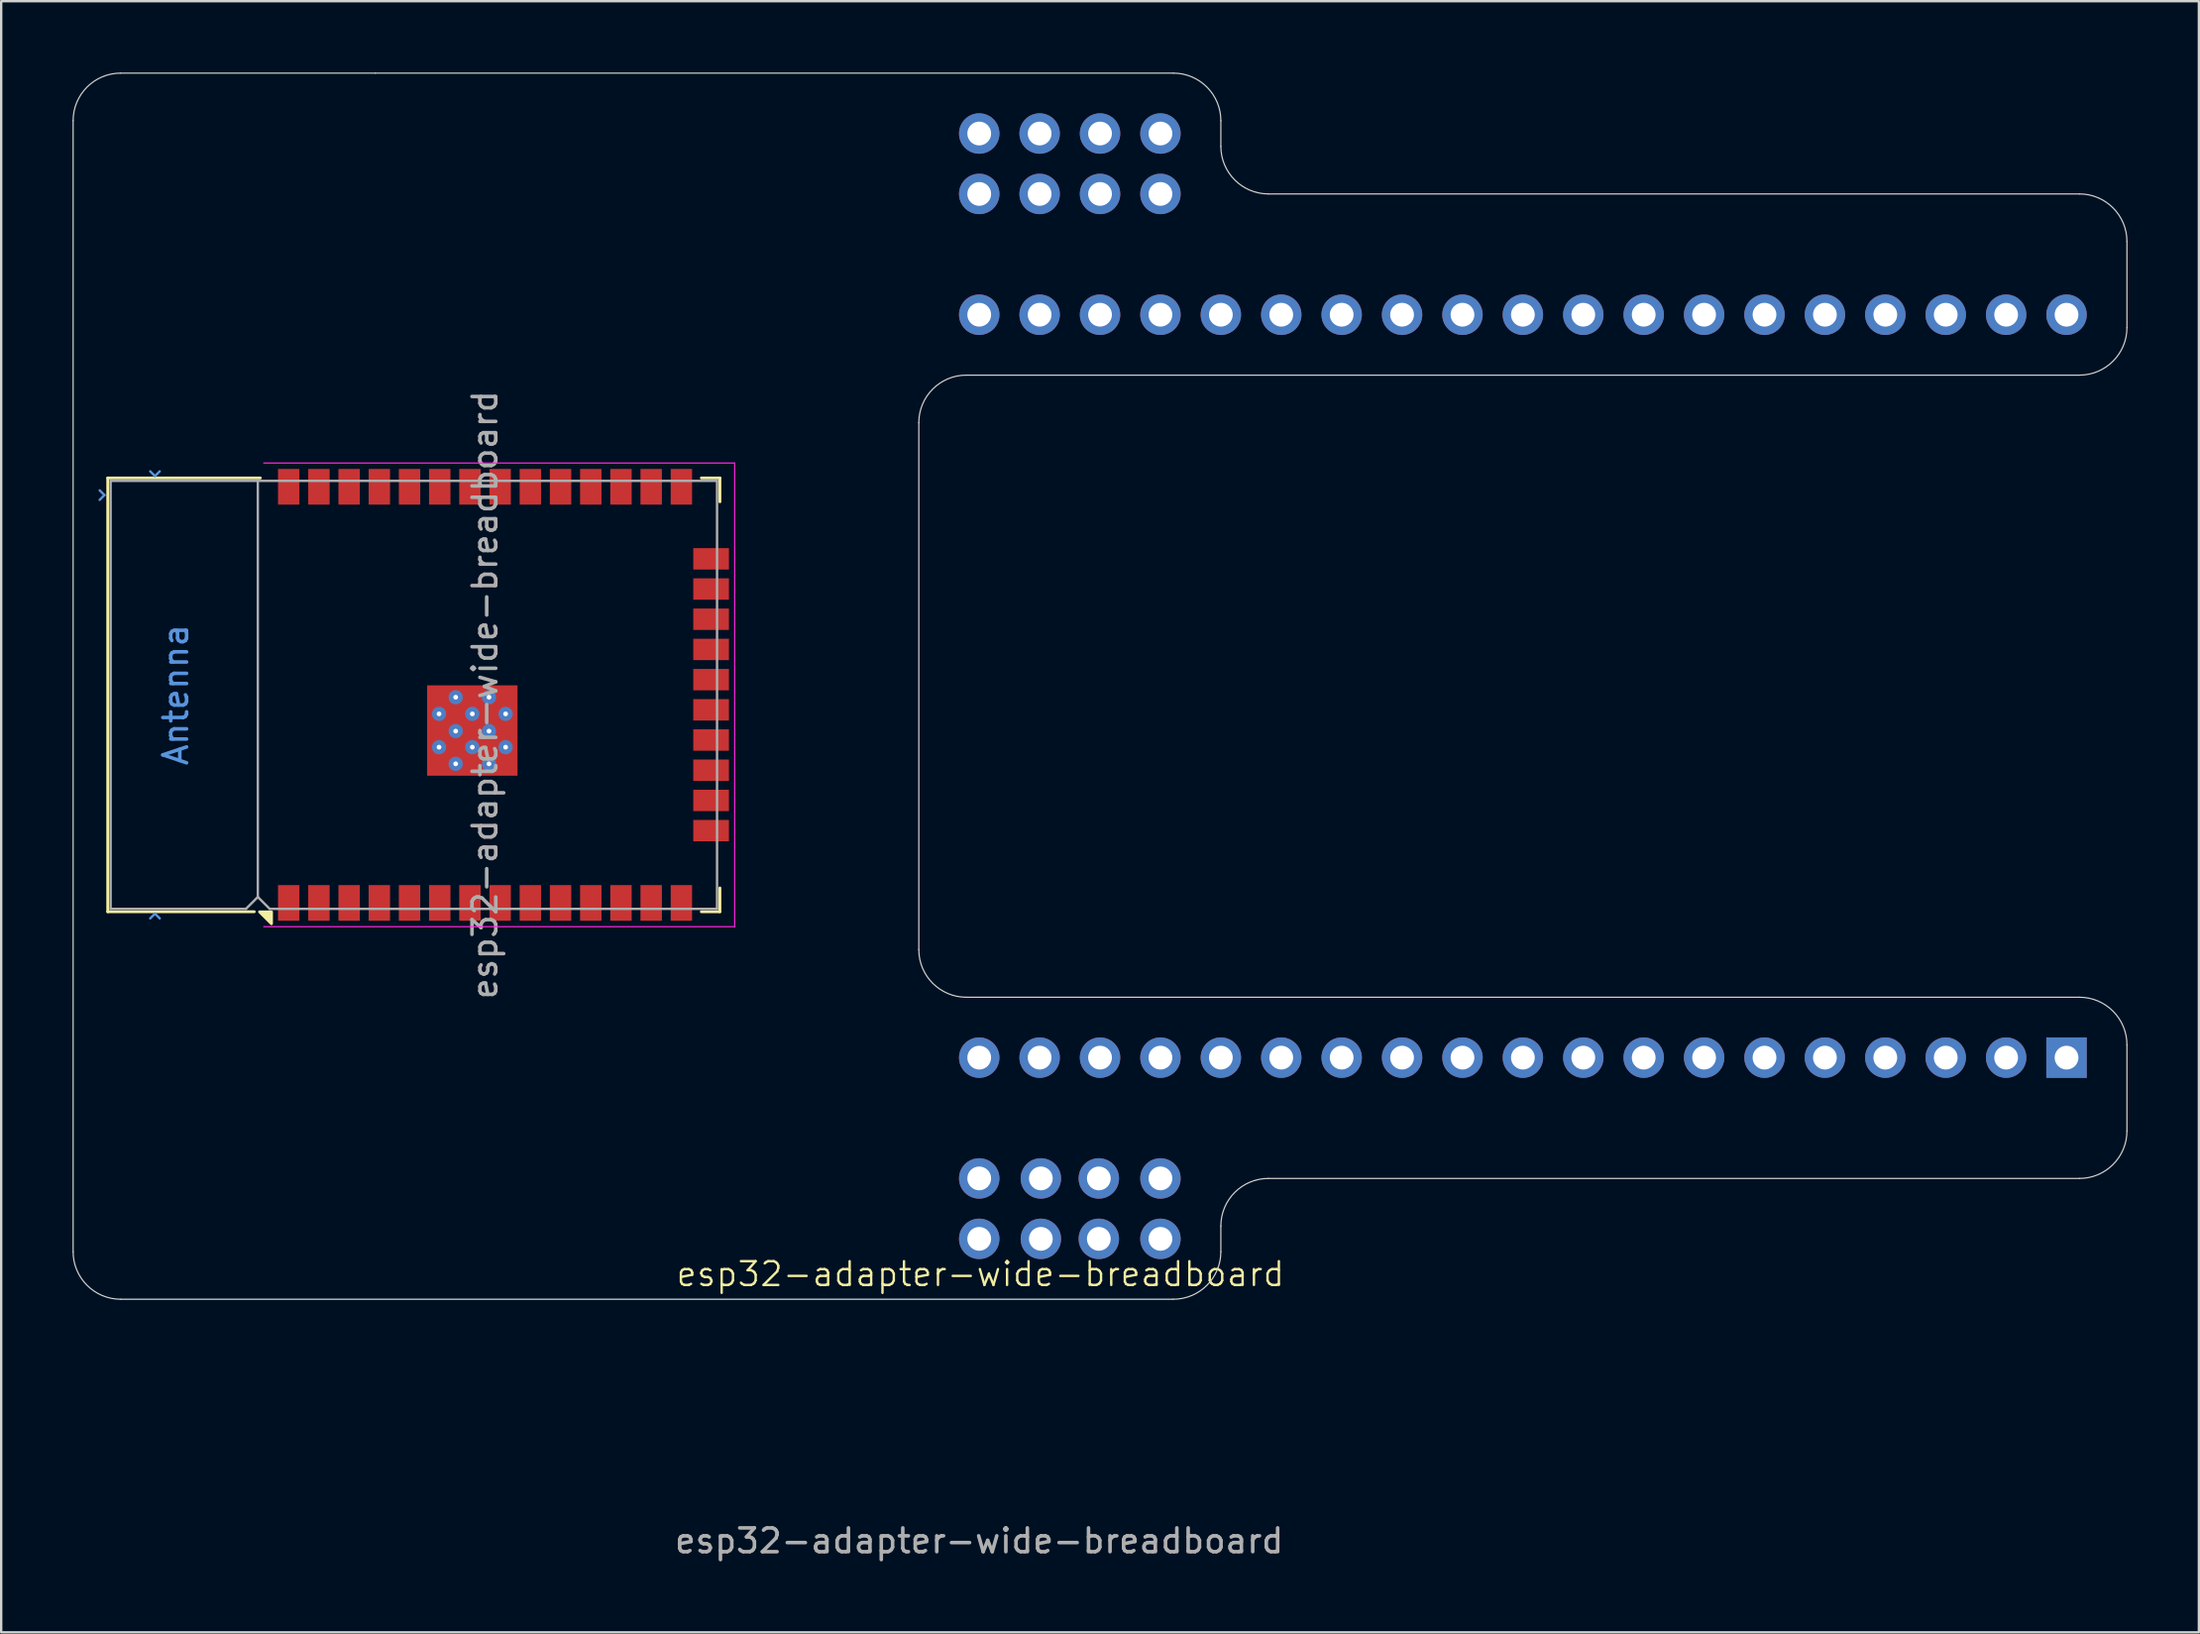
<source format=kicad_pcb>
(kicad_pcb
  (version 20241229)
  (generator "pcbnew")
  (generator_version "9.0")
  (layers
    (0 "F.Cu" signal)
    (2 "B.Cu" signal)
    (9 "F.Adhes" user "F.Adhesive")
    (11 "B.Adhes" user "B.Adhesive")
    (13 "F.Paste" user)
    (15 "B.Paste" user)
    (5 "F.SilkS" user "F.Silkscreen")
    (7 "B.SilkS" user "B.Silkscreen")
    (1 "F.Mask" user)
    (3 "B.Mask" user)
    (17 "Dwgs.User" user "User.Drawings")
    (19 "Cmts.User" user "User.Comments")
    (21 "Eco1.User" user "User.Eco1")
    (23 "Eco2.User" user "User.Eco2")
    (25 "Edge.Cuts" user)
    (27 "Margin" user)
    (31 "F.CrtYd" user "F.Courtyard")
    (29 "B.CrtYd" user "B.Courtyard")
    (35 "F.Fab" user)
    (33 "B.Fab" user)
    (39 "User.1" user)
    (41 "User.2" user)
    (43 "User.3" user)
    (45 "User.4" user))
  (footprint "esp32-adapter-wide-breadboard"
    (layer "F.Cu")
    (at 53.365 46.506)
    (property "Reference" "esp32-adapter-wide-breadboard" (at -15.189 4.021 0) (unlocked yes) (layer "F.SilkS") (effects (font (size 1 1) (thickness 0.1))))
    (attr through_hole)
    (fp_line (start -51.884 -29.456) (end -45.469 -29.456) (stroke (width 0.12) (type solid)) (layer "F.SilkS"))
    (fp_line (start -51.884 -11.216) (end -51.884 -29.456) (stroke (width 0.12) (type solid)) (layer "F.SilkS"))
    (fp_line (start -51.884 -11.216) (end -45.724 -11.216) (stroke (width 0.12) (type solid)) (layer "F.SilkS"))
    (fp_line (start -26.924 -29.456) (end -26.144 -29.456) (stroke (width 0.12) (type solid)) (layer "F.SilkS"))
    (fp_line (start -26.924 -11.216) (end -26.144 -11.216) (stroke (width 0.12) (type solid)) (layer "F.SilkS"))
    (fp_line (start -26.144 -29.456) (end -26.144 -28.456) (stroke (width 0.12) (type solid)) (layer "F.SilkS"))
    (fp_line (start -26.144 -11.216) (end -26.144 -12.216) (stroke (width 0.12) (type solid)) (layer "F.SilkS"))
    (fp_poly (pts (xy -44.999 -11.211) (xy -44.999 -10.711) (xy -45.499 -11.211) (xy -44.999 -11.211)) (stroke (width 0.12) (type solid)) (fill yes) (layer "F.SilkS"))
    (fp_line (start -52.024 -28.736) (end -52.224 -28.936) (stroke (width 0.1) (type solid)) (layer "Cmts.User"))
    (fp_line (start -52.024 -28.736) (end -52.224 -28.536) (stroke (width 0.1) (type solid)) (layer "Cmts.User"))
    (fp_line (start -49.899 -29.536) (end -50.099 -29.736) (stroke (width 0.1) (type solid)) (layer "Cmts.User"))
    (fp_line (start -49.899 -29.536) (end -49.699 -29.736) (stroke (width 0.1) (type solid)) (layer "Cmts.User"))
    (fp_line (start -49.899 -11.136) (end -50.099 -10.936) (stroke (width 0.1) (type solid)) (layer "Cmts.User"))
    (fp_line (start -49.899 -11.136) (end -49.699 -10.936) (stroke (width 0.1) (type solid)) (layer "Cmts.User"))
    (fp_line (start -53.34 -44.481) (end -53.34 3.08) (stroke (width 0.05) (type default)) (layer "Edge.Cuts"))
    (fp_line (start -40.64 -46.481) (end -51.34 -46.481) (stroke (width 0.05) (type default)) (layer "Edge.Cuts"))
    (fp_line (start -17.78 -9.62) (end -17.78 -31.781) (stroke (width 0.05) (type default)) (layer "Edge.Cuts"))
    (fp_line (start -15.78 -33.781) (end 31.02 -33.781) (stroke (width 0.05) (type default)) (layer "Edge.Cuts"))
    (fp_line (start -15.78 -7.62) (end 31.02 -7.62) (stroke (width 0.05) (type default)) (layer "Edge.Cuts"))
    (fp_line (start -7.08 -46.481) (end -40.64 -46.481) (stroke (width 0.05) (type default)) (layer "Edge.Cuts"))
    (fp_line (start -7.08 5.08) (end -51.34 5.08) (stroke (width 0.05) (type default)) (layer "Edge.Cuts"))
    (fp_line (start -5.08 -43.401) (end -5.08 -44.481) (stroke (width 0.05) (type default)) (layer "Edge.Cuts"))
    (fp_line (start -5.08 2) (end -5.08 3.08) (stroke (width 0.05) (type default)) (layer "Edge.Cuts"))
    (fp_line (start 31.02 -41.401) (end -3.08 -41.401) (stroke (width 0.05) (type default)) (layer "Edge.Cuts"))
    (fp_line (start 31.02 0) (end -3.08 0) (stroke (width 0.05) (type default)) (layer "Edge.Cuts"))
    (fp_line (start 33.02 -35.781) (end 33.02 -39.401) (stroke (width 0.05) (type default)) (layer "Edge.Cuts"))
    (fp_line (start 33.02 -5.62) (end 33.02 -2) (stroke (width 0.05) (type default)) (layer "Edge.Cuts"))
    (fp_arc (start -53.34 -44.481) (mid -52.754214 -45.895214) (end -51.34 -46.481) (stroke (width 0.05) (type default)) (layer "Edge.Cuts"))
    (fp_arc (start -51.34 5.08) (mid -52.754214 4.494214) (end -53.34 3.08) (stroke (width 0.05) (type default)) (layer "Edge.Cuts"))
    (fp_arc (start -17.78 -31.781) (mid -17.194214 -33.195214) (end -15.78 -33.781) (stroke (width 0.05) (type default)) (layer "Edge.Cuts"))
    (fp_arc (start -15.78 -7.62) (mid -17.194214 -8.205786) (end -17.78 -9.62) (stroke (width 0.05) (type default)) (layer "Edge.Cuts"))
    (fp_arc (start -7.08 -46.481) (mid -5.665786 -45.895214) (end -5.08 -44.481) (stroke (width 0.05) (type default)) (layer "Edge.Cuts"))
    (fp_arc (start -5.08 2) (mid -4.494214 0.585786) (end -3.08 0) (stroke (width 0.05) (type default)) (layer "Edge.Cuts"))
    (fp_arc (start -5.08 3.08) (mid -5.665786 4.494214) (end -7.08 5.08) (stroke (width 0.05) (type default)) (layer "Edge.Cuts"))
    (fp_arc (start -3.08 -41.401) (mid -4.494214 -41.986786) (end -5.08 -43.401) (stroke (width 0.05) (type default)) (layer "Edge.Cuts"))
    (fp_arc (start 31.02 -41.401) (mid 32.434214 -40.815214) (end 33.02 -39.401) (stroke (width 0.05) (type default)) (layer "Edge.Cuts"))
    (fp_arc (start 31.02 -7.62) (mid 32.434214 -7.034214) (end 33.02 -5.62) (stroke (width 0.05) (type default)) (layer "Edge.Cuts"))
    (fp_arc (start 33.02 -35.781) (mid 32.434214 -34.366786) (end 31.02 -33.781) (stroke (width 0.05) (type default)) (layer "Edge.Cuts"))
    (fp_arc (start 33.02 -2) (mid 32.434214 -0.585786) (end 31.02 0) (stroke (width 0.05) (type default)) (layer "Edge.Cuts"))
    (fp_line (start -45.324 -30.086) (end -25.524 -30.086) (stroke (width 0.05) (type solid)) (layer "F.CrtYd"))
    (fp_line (start -25.524 -10.586) (end -45.324 -10.586) (stroke (width 0.05) (type solid)) (layer "F.CrtYd"))
    (fp_line (start -25.524 -10.586) (end -25.524 -30.086) (stroke (width 0.05) (type solid)) (layer "F.CrtYd"))
    (fp_line (start -51.764 -11.336) (end -51.764 -29.336) (stroke (width 0.1) (type solid)) (layer "F.Fab"))
    (fp_line (start -51.764 -11.336) (end -46.074 -11.336) (stroke (width 0.1) (type solid)) (layer "F.Fab"))
    (fp_line (start -45.574 -11.836) (end -46.074 -11.336) (stroke (width 0.1) (type solid)) (layer "F.Fab"))
    (fp_line (start -45.574 -11.836) (end -45.574 -29.336) (stroke (width 0.1) (type solid)) (layer "F.Fab"))
    (fp_line (start -45.074 -11.336) (end -45.574 -11.836) (stroke (width 0.1) (type solid)) (layer "F.Fab"))
    (fp_line (start -45.074 -11.336) (end -26.264 -11.336) (stroke (width 0.1) (type solid)) (layer "F.Fab"))
    (fp_line (start -26.264 -29.336) (end -51.764 -29.336) (stroke (width 0.1) (type solid)) (layer "F.Fab"))
    (fp_line (start -26.264 -11.336) (end -26.264 -29.336) (stroke (width 0.1) (type solid)) (layer "F.Fab"))
    (fp_text user "Antenna" (at -49.024 -20.336 90) (layer "Cmts.User") (effects (font (size 1 1) (thickness 0.15))))
    (fp_text user "${REFERENCE}" (at -15.24 15.24 0) (unlocked yes) (layer "F.Fab") (effects (font (size 1 1) (thickness 0.15))))
    (fp_text user "${REFERENCE}" (at -36.024 -20.336 90) (layer "F.Fab") (effects (font (size 1 1) (thickness 0.15))))
    (pad "1" smd rect (at -44.274 -11.586 90) (size 1.5 0.9) (layers "F.Cu" "F.Mask" "F.Paste"))
    (pad "1" thru_hole rect (at 30.48 -5.08 270) (size 1.7 1.7) (drill 1) (layers "*.Cu" "*.Mask"))
    (pad "2" smd rect (at -43.004 -11.586 90) (size 1.5 0.9) (layers "F.Cu" "F.Mask" "F.Paste"))
    (pad "2" thru_hole oval (at 27.94 -5.08) (size 1.7 1.7) (drill 1) (layers "*.Cu" "*.Mask"))
    (pad "3" smd rect (at -41.734 -11.586 90) (size 1.5 0.9) (layers "F.Cu" "F.Mask" "F.Paste"))
    (pad "3" thru_hole oval (at 25.4 -5.08) (size 1.7 1.7) (drill 1) (layers "*.Cu" "*.Mask"))
    (pad "4" smd rect (at -40.464 -11.586 90) (size 1.5 0.9) (layers "F.Cu" "F.Mask" "F.Paste"))
    (pad "4" thru_hole oval (at 22.86 -5.08) (size 1.7 1.7) (drill 1) (layers "*.Cu" "*.Mask"))
    (pad "5" smd rect (at -39.194 -11.586 90) (size 1.5 0.9) (layers "F.Cu" "F.Mask" "F.Paste"))
    (pad "5" thru_hole oval (at 20.32 -5.08) (size 1.7 1.7) (drill 1) (layers "*.Cu" "*.Mask"))
    (pad "6" smd rect (at -37.924 -11.586 90) (size 1.5 0.9) (layers "F.Cu" "F.Mask" "F.Paste"))
    (pad "6" thru_hole oval (at 17.78 -5.08) (size 1.7 1.7) (drill 1) (layers "*.Cu" "*.Mask"))
    (pad "7" smd rect (at -36.654 -11.586 90) (size 1.5 0.9) (layers "F.Cu" "F.Mask" "F.Paste"))
    (pad "7" thru_hole oval (at 15.24 -5.08) (size 1.7 1.7) (drill 1) (layers "*.Cu" "*.Mask"))
    (pad "8" smd rect (at -35.384 -11.586 90) (size 1.5 0.9) (layers "F.Cu" "F.Mask" "F.Paste"))
    (pad "8" thru_hole oval (at 12.7 -5.08) (size 1.7 1.7) (drill 1) (layers "*.Cu" "*.Mask"))
    (pad "9" smd rect (at -34.114 -11.586 90) (size 1.5 0.9) (layers "F.Cu" "F.Mask" "F.Paste"))
    (pad "9" thru_hole oval (at 10.16 -5.08) (size 1.7 1.7) (drill 1) (layers "*.Cu" "*.Mask"))
    (pad "10" smd rect (at -32.844 -11.586 90) (size 1.5 0.9) (layers "F.Cu" "F.Mask" "F.Paste"))
    (pad "10" thru_hole oval (at 7.62 -5.08) (size 1.7 1.7) (drill 1) (layers "*.Cu" "*.Mask"))
    (pad "11" smd rect (at -31.574 -11.586 90) (size 1.5 0.9) (layers "F.Cu" "F.Mask" "F.Paste"))
    (pad "11" thru_hole oval (at 5.08 -5.08) (size 1.7 1.7) (drill 1) (layers "*.Cu" "*.Mask"))
    (pad "12" smd rect (at -30.304 -11.586 90) (size 1.5 0.9) (layers "F.Cu" "F.Mask" "F.Paste"))
    (pad "12" thru_hole oval (at 2.54 -5.08) (size 1.7 1.7) (drill 1) (layers "*.Cu" "*.Mask"))
    (pad "13" smd rect (at -29.034 -11.586 90) (size 1.5 0.9) (layers "F.Cu" "F.Mask" "F.Paste"))
    (pad "13" thru_hole oval (at 0 -5.08) (size 1.7 1.7) (drill 1) (layers "*.Cu" "*.Mask"))
    (pad "14" smd rect (at -27.764 -11.586 90) (size 1.5 0.9) (layers "F.Cu" "F.Mask" "F.Paste"))
    (pad "14" thru_hole oval (at -2.54 -5.08) (size 1.7 1.7) (drill 1) (layers "*.Cu" "*.Mask"))
    (pad "15" smd rect (at -26.514 -14.626 180) (size 1.5 0.9) (layers "F.Cu" "F.Mask" "F.Paste"))
    (pad "15" thru_hole oval (at -15.24 -5.08) (size 1.7 1.7) (drill 1) (layers "*.Cu" "*.Mask"))
    (pad "16" smd rect (at -26.514 -15.896 180) (size 1.5 0.9) (layers "F.Cu" "F.Mask" "F.Paste"))
    (pad "16" thru_hole oval (at -12.7 -5.08) (size 1.7 1.7) (drill 1) (layers "*.Cu" "*.Mask"))
    (pad "17" smd rect (at -26.514 -17.166 180) (size 1.5 0.9) (layers "F.Cu" "F.Mask" "F.Paste"))
    (pad "17" thru_hole oval (at -10.16 -5.08) (size 1.7 1.7) (drill 1) (layers "*.Cu" "*.Mask"))
    (pad "18" smd rect (at -26.514 -18.436 180) (size 1.5 0.9) (layers "F.Cu" "F.Mask" "F.Paste"))
    (pad "18" thru_hole oval (at -7.62 -5.08) (size 1.7 1.7) (drill 1) (layers "*.Cu" "*.Mask"))
    (pad "19" smd rect (at -26.514 -19.706 180) (size 1.5 0.9) (layers "F.Cu" "F.Mask" "F.Paste"))
    (pad "19" thru_hole oval (at -5.08 -5.08) (size 1.7 1.7) (drill 1) (layers "*.Cu" "*.Mask"))
    (pad "20" smd rect (at -26.514 -20.976 180) (size 1.5 0.9) (layers "F.Cu" "F.Mask" "F.Paste"))
    (pad "20" thru_hole oval (at -5.08 -36.321) (size 1.7 1.7) (drill 1) (layers "*.Cu" "*.Mask"))
    (pad "21" smd rect (at -26.514 -22.246 180) (size 1.5 0.9) (layers "F.Cu" "F.Mask" "F.Paste"))
    (pad "21" thru_hole oval (at -7.62 -36.321) (size 1.7 1.7) (drill 1) (layers "*.Cu" "*.Mask"))
    (pad "22" smd rect (at -26.514 -23.516 180) (size 1.5 0.9) (layers "F.Cu" "F.Mask" "F.Paste"))
    (pad "22" thru_hole oval (at -10.16 -36.321) (size 1.7 1.7) (drill 1) (layers "*.Cu" "*.Mask"))
    (pad "23" smd rect (at -26.514 -24.786 180) (size 1.5 0.9) (layers "F.Cu" "F.Mask" "F.Paste"))
    (pad "23" thru_hole oval (at -12.7 -36.321) (size 1.7 1.7) (drill 1) (layers "*.Cu" "*.Mask"))
    (pad "24" smd rect (at -26.514 -26.056 180) (size 1.5 0.9) (layers "F.Cu" "F.Mask" "F.Paste"))
    (pad "24" thru_hole oval (at -15.24 -36.321) (size 1.7 1.7) (drill 1) (layers "*.Cu" "*.Mask"))
    (pad "25" smd rect (at -27.764 -29.086 90) (size 1.5 0.9) (layers "F.Cu" "F.Mask" "F.Paste"))
    (pad "25" thru_hole oval (at -2.54 -36.321) (size 1.7 1.7) (drill 1) (layers "*.Cu" "*.Mask"))
    (pad "26" smd rect (at -29.034 -29.086 90) (size 1.5 0.9) (layers "F.Cu" "F.Mask" "F.Paste"))
    (pad "26" thru_hole oval (at 0 -36.321) (size 1.7 1.7) (drill 1) (layers "*.Cu" "*.Mask"))
    (pad "27" smd rect (at -30.304 -29.086 90) (size 1.5 0.9) (layers "F.Cu" "F.Mask" "F.Paste"))
    (pad "27" thru_hole oval (at 2.54 -36.321) (size 1.7 1.7) (drill 1) (layers "*.Cu" "*.Mask"))
    (pad "28" smd rect (at -31.574 -29.086 90) (size 1.5 0.9) (layers "F.Cu" "F.Mask" "F.Paste"))
    (pad "28" thru_hole oval (at 5.08 -36.321) (size 1.7 1.7) (drill 1) (layers "*.Cu" "*.Mask"))
    (pad "29" smd rect (at -32.844 -29.086 90) (size 1.5 0.9) (layers "F.Cu" "F.Mask" "F.Paste"))
    (pad "29" thru_hole oval (at 7.62 -36.321) (size 1.7 1.7) (drill 1) (layers "*.Cu" "*.Mask"))
    (pad "30" smd rect (at -34.114 -29.086 90) (size 1.5 0.9) (layers "F.Cu" "F.Mask" "F.Paste"))
    (pad "30" thru_hole oval (at 10.16 -36.321) (size 1.7 1.7) (drill 1) (layers "*.Cu" "*.Mask"))
    (pad "31" smd rect (at -35.384 -29.086 90) (size 1.5 0.9) (layers "F.Cu" "F.Mask" "F.Paste"))
    (pad "31" thru_hole oval (at 12.7 -36.321) (size 1.7 1.7) (drill 1) (layers "*.Cu" "*.Mask"))
    (pad "32" smd rect (at -36.654 -29.086 90) (size 1.5 0.9) (layers "F.Cu" "F.Mask" "F.Paste"))
    (pad "32" thru_hole oval (at 15.24 -36.321) (size 1.7 1.7) (drill 1) (layers "*.Cu" "*.Mask"))
    (pad "33" smd rect (at -37.924 -29.086 90) (size 1.5 0.9) (layers "F.Cu" "F.Mask" "F.Paste"))
    (pad "33" thru_hole oval (at 17.78 -36.321) (size 1.7 1.7) (drill 1) (layers "*.Cu" "*.Mask"))
    (pad "34" smd rect (at -39.194 -29.086 90) (size 1.5 0.9) (layers "F.Cu" "F.Mask" "F.Paste"))
    (pad "34" thru_hole oval (at 20.32 -36.321) (size 1.7 1.7) (drill 1) (layers "*.Cu" "*.Mask"))
    (pad "35" smd rect (at -40.464 -29.086 90) (size 1.5 0.9) (layers "F.Cu" "F.Mask" "F.Paste"))
    (pad "35" thru_hole oval (at 22.86 -36.321) (size 1.7 1.7) (drill 1) (layers "*.Cu" "*.Mask"))
    (pad "36" smd rect (at -41.734 -29.086 90) (size 1.5 0.9) (layers "F.Cu" "F.Mask" "F.Paste"))
    (pad "36" thru_hole oval (at 25.4 -36.321) (size 1.7 1.7) (drill 1) (layers "*.Cu" "*.Mask"))
    (pad "37" smd rect (at -43.004 -29.086 90) (size 1.5 0.9) (layers "F.Cu" "F.Mask" "F.Paste"))
    (pad "37" thru_hole oval (at 27.94 -36.321) (size 1.7 1.7) (drill 1) (layers "*.Cu" "*.Mask"))
    (pad "38" smd rect (at -44.274 -29.086 90) (size 1.5 0.9) (layers "F.Cu" "F.Mask" "F.Paste"))
    (pad "38" thru_hole oval (at 30.48 -36.321) (size 1.7 1.7) (drill 1) (layers "*.Cu" "*.Mask"))
    (pad "39" smd rect (at -37.954 -20.236 90) (size 0.9 0.9) (layers "F.Cu" "F.Paste"))
    (pad "39" thru_hole circle (at -37.954 -19.536 90) (size 0.6 0.6) (drill 0.2) (property pad_prop_heatsink) (layers "*.Cu" "F.Mask"))
    (pad "39" smd rect (at -37.954 -18.836 90) (size 0.9 0.9) (layers "F.Cu" "F.Paste"))
    (pad "39" thru_hole circle (at -37.954 -18.136 90) (size 0.6 0.6) (drill 0.2) (property pad_prop_heatsink) (layers "*.Cu" "F.Mask"))
    (pad "39" smd rect (at -37.954 -17.436 90) (size 0.9 0.9) (layers "F.Cu" "F.Paste"))
    (pad "39" thru_hole circle (at -37.254 -20.236 90) (size 0.6 0.6) (drill 0.2) (property pad_prop_heatsink) (layers "*.Cu" "F.Mask"))
    (pad "39" thru_hole circle (at -37.254 -18.811 90) (size 0.6 0.6) (drill 0.2) (property pad_prop_heatsink) (layers "*.Cu" "F.Mask"))
    (pad "39" thru_hole circle (at -37.254 -17.436 90) (size 0.6 0.6) (drill 0.2) (property pad_prop_heatsink) (layers "*.Cu" "F.Mask"))
    (pad "39" smd rect (at -36.554 -20.236 90) (size 0.9 0.9) (layers "F.Cu" "F.Paste"))
    (pad "39" thru_hole circle (at -36.554 -19.536 90) (size 0.6 0.6) (drill 0.2) (property pad_prop_heatsink) (layers "*.Cu" "F.Mask"))
    (pad "39" smd rect (at -36.554 -18.836 90) (size 0.9 0.9) (layers "F.Cu" "F.Paste"))
    (pad "39" smd rect (at -36.554 -18.836 90) (size 3.8 3.8) (layers "F.Cu" "F.Mask"))
    (pad "39" thru_hole circle (at -36.554 -18.136 90) (size 0.6 0.6) (drill 0.2) (property pad_prop_heatsink) (layers "*.Cu" "F.Mask"))
    (pad "39" smd rect (at -36.554 -17.436 90) (size 0.9 0.9) (layers "F.Cu" "F.Paste"))
    (pad "39" thru_hole circle (at -35.854 -20.236 90) (size 0.6 0.6) (drill 0.2) (property pad_prop_heatsink) (layers "*.Cu" "F.Mask"))
    (pad "39" thru_hole circle (at -35.854 -18.811 90) (size 0.6 0.6) (drill 0.2) (property pad_prop_heatsink) (layers "*.Cu" "F.Mask"))
    (pad "39" thru_hole circle (at -35.854 -17.436 90) (size 0.6 0.6) (drill 0.2) (property pad_prop_heatsink) (layers "*.Cu" "F.Mask"))
    (pad "39" smd rect (at -35.154 -20.236 90) (size 0.9 0.9) (layers "F.Cu" "F.Paste"))
    (pad "39" thru_hole circle (at -35.154 -19.536 90) (size 0.6 0.6) (drill 0.2) (property pad_prop_heatsink) (layers "*.Cu" "F.Mask"))
    (pad "39" smd rect (at -35.154 -18.836 90) (size 0.9 0.9) (layers "F.Cu" "F.Paste"))
    (pad "39" thru_hole circle (at -35.154 -18.136 90) (size 0.6 0.6) (drill 0.2) (property pad_prop_heatsink) (layers "*.Cu" "F.Mask"))
    (pad "39" smd rect (at -35.154 -17.436 90) (size 0.9 0.9) (layers "F.Cu" "F.Paste"))
    (pad "GND" thru_hole oval (at -15.24 -41.401) (size 1.7 1.7) (drill 1) (layers "*.Cu" "*.Mask"))
    (pad "GND" thru_hole oval (at -15.24 0) (size 1.7 1.7) (drill 1) (layers "*.Cu" "*.Mask"))
    (pad "GND" thru_hole oval (at -12.7 -41.401) (size 1.7 1.7) (drill 1) (layers "*.Cu" "*.Mask"))
    (pad "GND" thru_hole oval (at -12.649 0) (size 1.7 1.7) (drill 1) (layers "*.Cu" "*.Mask"))
    (pad "GND" thru_hole oval (at -10.211 0) (size 1.7 1.7) (drill 1) (layers "*.Cu" "*.Mask"))
    (pad "GND" thru_hole oval (at -10.16 -41.401) (size 1.7 1.7) (drill 1) (layers "*.Cu" "*.Mask"))
    (pad "GND" thru_hole oval (at -7.62 -41.401) (size 1.7 1.7) (drill 1) (layers "*.Cu" "*.Mask"))
    (pad "GND" thru_hole oval (at -7.62 0) (size 1.7 1.7) (drill 1) (layers "*.Cu" "*.Mask"))
    (pad "VCC" thru_hole oval (at -15.24 -43.941) (size 1.7 1.7) (drill 1) (layers "*.Cu" "*.Mask"))
    (pad "VCC" thru_hole oval (at -15.24 2.54) (size 1.7 1.7) (drill 1) (layers "*.Cu" "*.Mask"))
    (pad "VCC" thru_hole oval (at -12.7 -43.941) (size 1.7 1.7) (drill 1) (layers "*.Cu" "*.Mask"))
    (pad "VCC" thru_hole oval (at -12.649 2.54) (size 1.7 1.7) (drill 1) (layers "*.Cu" "*.Mask"))
    (pad "VCC" thru_hole oval (at -10.211 2.54) (size 1.7 1.7) (drill 1) (layers "*.Cu" "*.Mask"))
    (pad "VCC" thru_hole oval (at -10.16 -43.941) (size 1.7 1.7) (drill 1) (layers "*.Cu" "*.Mask"))
    (pad "VCC" thru_hole oval (at -7.62 -43.941) (size 1.7 1.7) (drill 1) (layers "*.Cu" "*.Mask"))
    (pad "VCC" thru_hole oval (at -7.62 2.54) (size 1.7 1.7) (drill 1) (layers "*.Cu" "*.Mask")))
  (gr_rect
    (start -3 -3)
    (end 89.41 65.594)
    (stroke (width 0.1) (type default))
    (fill no)
    (layer "Edge.Cuts")))
</source>
